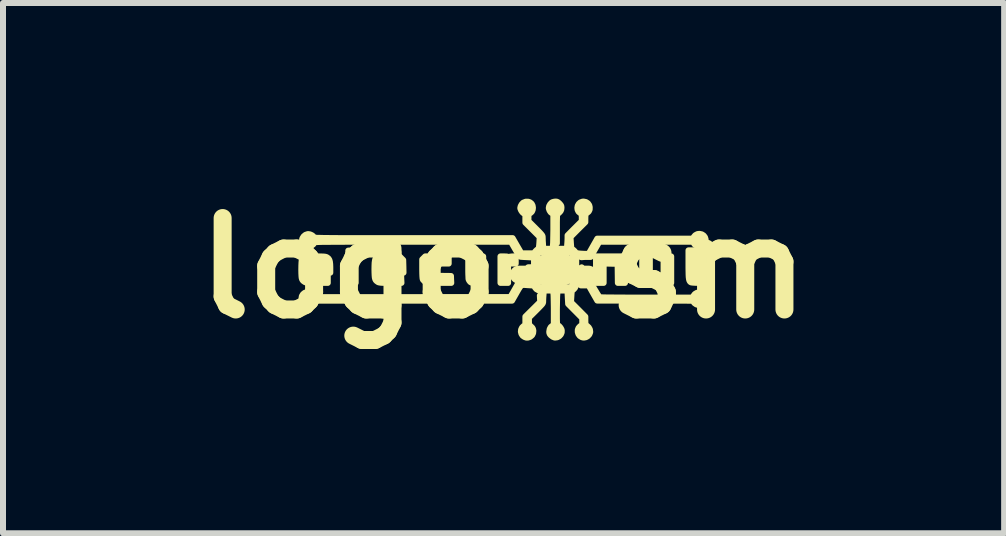
<source format=kicad_pcb>
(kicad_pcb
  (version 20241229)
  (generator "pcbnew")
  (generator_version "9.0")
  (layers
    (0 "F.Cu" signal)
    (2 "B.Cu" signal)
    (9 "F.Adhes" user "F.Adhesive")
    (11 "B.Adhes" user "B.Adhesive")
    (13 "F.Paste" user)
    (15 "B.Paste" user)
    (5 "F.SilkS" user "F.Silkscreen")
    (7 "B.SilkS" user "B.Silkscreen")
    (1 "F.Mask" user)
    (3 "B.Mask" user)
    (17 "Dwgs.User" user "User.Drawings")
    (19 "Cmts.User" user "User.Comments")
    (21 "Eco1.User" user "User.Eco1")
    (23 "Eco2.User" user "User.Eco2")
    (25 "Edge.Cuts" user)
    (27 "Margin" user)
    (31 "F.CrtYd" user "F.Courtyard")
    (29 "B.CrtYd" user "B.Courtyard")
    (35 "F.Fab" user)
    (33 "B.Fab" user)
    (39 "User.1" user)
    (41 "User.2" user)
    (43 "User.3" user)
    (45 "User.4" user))
  (footprint "logo-sm"
    (layer "F.Cu")
    (at 5.341 1.418)
    (property "Reference" "logo-sm" (at 0 0 0) (layer "F.SilkS") (effects (font (size 1.524 1.524) (thickness 0.3))))
    (attr through_hole)
    (fp_poly (pts (xy 0.423 0.047) (xy 0.419 0.051) (xy 0.415 0.047) (xy 0.419 0.042) (xy 0.423 0.047)) (stroke (width 0.1) (type solid)) (fill yes) (layer "F.SilkS"))
    (fp_poly (pts (xy -2.464 0.246) (xy -2.527 0.246) (xy -2.591 0.246) (xy -2.589 -0.023) (xy -2.587 -0.292) (xy -2.525 -0.295) (xy -2.464 -0.297) (xy -2.464 -0.026) (xy -2.464 0.246)) (stroke (width 0.1) (type solid)) (fill yes) (layer "F.SilkS"))
    (fp_poly (pts (xy 2.024 0.246) (xy 1.965 0.246) (xy 1.905 0.246) (xy 1.903 0.087) (xy 1.901 -0.072) (xy 1.784 -0.074) (xy 1.668 -0.077) (xy 1.668 0.084) (xy 1.668 0.246) (xy 1.604 0.246) (xy 1.541 0.246) (xy 1.541 0.025) (xy 1.541 -0.195) (xy 1.756 -0.195) (xy 1.972 -0.195) (xy 1.996 -0.174) (xy 2.019 -0.154) (xy 2.022 0.046) (xy 2.024 0.246)) (stroke (width 0.1) (type solid)) (fill yes) (layer "F.SilkS"))
    (fp_poly (pts (xy 0.203 -0.076) (xy 0.14 -0.076) (xy 0.076 -0.076) (xy 0.076 0.085) (xy 0.076 0.246) (xy 0.013 0.246) (xy -0.051 0.246) (xy -0.051 0.025) (xy -0.051 -0.195) (xy 0.013 -0.195) (xy 0.046 -0.194) (xy 0.068 -0.191) (xy 0.076 -0.186) (xy 0.076 -0.186) (xy 0.081 -0.182) (xy 0.093 -0.186) (xy 0.11 -0.191) (xy 0.137 -0.194) (xy 0.156 -0.195) (xy 0.203 -0.195) (xy 0.203 -0.135) (xy 0.203 -0.076)) (stroke (width 0.1) (type solid)) (fill yes) (layer "F.SilkS"))
    (fp_poly (pts (xy -0.871 0.246) (xy -1.073 0.245) (xy -1.13 0.245) (xy -1.182 0.244) (xy -1.226 0.243) (xy -1.26 0.241) (xy -1.282 0.24) (xy -1.287 0.239) (xy -1.318 0.219) (xy -1.342 0.194) (xy -1.345 0.189) (xy -1.349 0.172) (xy -1.352 0.138) (xy -1.354 0.089) (xy -1.355 0.024) (xy -1.355 0.013) (xy -1.355 -0.145) (xy -1.33 -0.17) (xy -1.305 -0.195) (xy -1.11 -0.195) (xy -0.914 -0.195) (xy -0.914 -0.135) (xy -0.914 -0.076) (xy -1.071 -0.076) (xy -1.228 -0.076) (xy -1.228 0.025) (xy -1.228 0.127) (xy -1.052 0.129) (xy -0.876 0.131) (xy -0.874 0.188) (xy -0.871 0.246)) (stroke (width 0.1) (type solid)) (fill yes) (layer "F.SilkS"))
    (fp_poly (pts (xy 3.327 0.246) (xy 3.232 0.245) (xy 3.192 0.244) (xy 3.158 0.242) (xy 3.132 0.239) (xy 3.121 0.236) (xy 3.11 0.228) (xy 3.102 0.217) (xy 3.095 0.202) (xy 3.09 0.18) (xy 3.086 0.149) (xy 3.084 0.109) (xy 3.083 0.056) (xy 3.082 -0.011) (xy 3.082 -0.063) (xy 3.082 -0.296) (xy 3.145 -0.296) (xy 3.209 -0.296) (xy 3.209 -0.246) (xy 3.209 -0.195) (xy 3.268 -0.195) (xy 3.327 -0.195) (xy 3.327 -0.135) (xy 3.327 -0.076) (xy 3.268 -0.076) (xy 3.209 -0.076) (xy 3.209 0.025) (xy 3.209 0.127) (xy 3.268 0.127) (xy 3.327 0.127) (xy 3.327 0.186) (xy 3.327 0.246)) (stroke (width 0.1) (type solid)) (fill yes) (layer "F.SilkS"))
    (fp_poly (pts (xy -0.338 0.246) (xy -0.438 0.246) (xy -0.482 0.245) (xy -0.512 0.244) (xy -0.532 0.241) (xy -0.545 0.237) (xy -0.555 0.23) (xy -0.557 0.228) (xy -0.573 0.207) (xy -0.582 0.188) (xy -0.584 0.174) (xy -0.585 0.145) (xy -0.587 0.104) (xy -0.588 0.054) (xy -0.588 -0.004) (xy -0.588 -0.064) (xy -0.588 -0.292) (xy -0.527 -0.295) (xy -0.467 -0.297) (xy -0.464 -0.248) (xy -0.461 -0.199) (xy -0.4 -0.196) (xy -0.339 -0.194) (xy -0.339 -0.135) (xy -0.339 -0.077) (xy -0.4 -0.074) (xy -0.461 -0.072) (xy -0.464 0.027) (xy -0.466 0.126) (xy -0.405 0.129) (xy -0.343 0.131) (xy -0.34 0.188) (xy -0.338 0.246)) (stroke (width 0.1) (type solid)) (fill yes) (layer "F.SilkS"))
    (fp_poly (pts (xy 2.794 0.246) (xy 2.731 0.246) (xy 2.693 0.244) (xy 2.671 0.24) (xy 2.665 0.235) (xy 2.659 0.229) (xy 2.649 0.235) (xy 2.639 0.239) (xy 2.616 0.243) (xy 2.58 0.244) (xy 2.53 0.245) (xy 2.5 0.246) (xy 2.448 0.245) (xy 2.411 0.245) (xy 2.386 0.244) (xy 2.368 0.241) (xy 2.357 0.237) (xy 2.349 0.232) (xy 2.342 0.224) (xy 2.332 0.213) (xy 2.325 0.2) (xy 2.32 0.183) (xy 2.316 0.161) (xy 2.314 0.13) (xy 2.312 0.089) (xy 2.312 0.035) (xy 2.311 -0.022) (xy 2.311 -0.195) (xy 2.375 -0.195) (xy 2.438 -0.195) (xy 2.438 -0.034) (xy 2.438 0.127) (xy 2.553 0.127) (xy 2.667 0.127) (xy 2.667 -0.034) (xy 2.667 -0.195) (xy 2.731 -0.195) (xy 2.794 -0.195) (xy 2.794 0.025) (xy 2.794 0.246)) (stroke (width 0.1) (type solid)) (fill yes) (layer "F.SilkS"))
    (fp_poly (pts (xy 1.1 -0.003) (xy 1.099 0.042) (xy 1.098 0.1) (xy 1.094 0.146) (xy 1.087 0.181) (xy 1.075 0.206) (xy 1.056 0.224) (xy 1.027 0.236) (xy 0.988 0.242) (xy 0.974 0.243) (xy 0.974 0.127) (xy 0.974 0.025) (xy 0.974 -0.077) (xy 0.857 -0.074) (xy 0.741 -0.072) (xy 0.738 0.028) (xy 0.735 0.127) (xy 0.854 0.127) (xy 0.974 0.127) (xy 0.974 0.243) (xy 0.936 0.245) (xy 0.869 0.245) (xy 0.841 0.245) (xy 0.785 0.244) (xy 0.735 0.243) (xy 0.695 0.241) (xy 0.668 0.238) (xy 0.655 0.236) (xy 0.643 0.228) (xy 0.633 0.216) (xy 0.627 0.198) (xy 0.622 0.172) (xy 0.62 0.136) (xy 0.618 0.087) (xy 0.618 0.033) (xy 0.618 -0.032) (xy 0.62 -0.083) (xy 0.625 -0.122) (xy 0.634 -0.151) (xy 0.651 -0.171) (xy 0.676 -0.184) (xy 0.712 -0.191) (xy 0.76 -0.194) (xy 0.821 -0.195) (xy 0.872 -0.195) (xy 0.931 -0.195) (xy 0.976 -0.194) (xy 1.009 -0.193) (xy 1.032 -0.192) (xy 1.047 -0.189) (xy 1.057 -0.185) (xy 1.064 -0.18) (xy 1.066 -0.178) (xy 1.079 -0.161) (xy 1.089 -0.137) (xy 1.095 -0.104) (xy 1.099 -0.06) (xy 1.1 -0.003)) (stroke (width 0.1) (type solid)) (fill yes) (layer "F.SilkS"))
    (fp_poly (pts (xy -1.667 0.076) (xy -1.795 0.076) (xy -1.795 -0.059) (xy -1.795 -0.059) (xy -1.796 -0.066) (xy -1.8 -0.071) (xy -1.811 -0.074) (xy -1.831 -0.075) (xy -1.862 -0.076) (xy -1.907 -0.076) (xy -1.909 -0.076) (xy -1.955 -0.076) (xy -1.987 -0.075) (xy -2.007 -0.074) (xy -2.018 -0.071) (xy -2.023 -0.066) (xy -2.024 -0.06) (xy -2.024 -0.059) (xy -2.023 -0.052) (xy -2.018 -0.048) (xy -2.007 -0.045) (xy -1.988 -0.043) (xy -1.957 -0.042) (xy -1.911 -0.042) (xy -1.909 -0.042) (xy -1.863 -0.042) (xy -1.832 -0.043) (xy -1.812 -0.045) (xy -1.801 -0.048) (xy -1.796 -0.052) (xy -1.795 -0.059) (xy -1.795 0.076) (xy -1.845 0.076) (xy -2.024 0.076) (xy -2.024 0.101) (xy -2.024 0.127) (xy -1.865 0.129) (xy -1.706 0.131) (xy -1.704 0.188) (xy -1.701 0.246) (xy -1.886 0.246) (xy -1.947 0.245) (xy -1.994 0.245) (xy -2.028 0.244) (xy -2.053 0.242) (xy -2.071 0.239) (xy -2.084 0.236) (xy -2.094 0.231) (xy -2.097 0.229) (xy -2.115 0.216) (xy -2.129 0.202) (xy -2.138 0.184) (xy -2.145 0.158) (xy -2.148 0.123) (xy -2.15 0.077) (xy -2.151 0.021) (xy -2.15 -0.042) (xy -2.148 -0.089) (xy -2.143 -0.125) (xy -2.137 -0.15) (xy -2.127 -0.168) (xy -2.113 -0.181) (xy -2.105 -0.186) (xy -2.092 -0.189) (xy -2.067 -0.192) (xy -2.029 -0.193) (xy -1.977 -0.194) (xy -1.909 -0.193) (xy -1.907 -0.193) (xy -1.727 -0.191) (xy -1.7 -0.163) (xy -1.672 -0.135) (xy -1.669 -0.029) (xy -1.667 0.076)) (stroke (width 0.1) (type solid)) (fill yes) (layer "F.SilkS"))
    (fp_poly (pts (xy -2.887 0.076) (xy -3.014 0.076) (xy -3.014 -0.059) (xy -3.015 -0.066) (xy -3.02 -0.071) (xy -3.03 -0.074) (xy -3.05 -0.075) (xy -3.081 -0.076) (xy -3.126 -0.076) (xy -3.128 -0.076) (xy -3.174 -0.076) (xy -3.206 -0.075) (xy -3.226 -0.074) (xy -3.237 -0.071) (xy -3.242 -0.066) (xy -3.243 -0.06) (xy -3.243 -0.059) (xy -3.242 -0.052) (xy -3.237 -0.048) (xy -3.227 -0.045) (xy -3.207 -0.043) (xy -3.176 -0.042) (xy -3.131 -0.042) (xy -3.128 -0.042) (xy -3.083 -0.042) (xy -3.051 -0.043) (xy -3.031 -0.045) (xy -3.02 -0.048) (xy -3.015 -0.052) (xy -3.014 -0.059) (xy -3.014 -0.059) (xy -3.014 0.076) (xy -3.065 0.076) (xy -3.243 0.076) (xy -3.243 0.102) (xy -3.243 0.127) (xy -3.086 0.127) (xy -2.929 0.127) (xy -2.929 0.186) (xy -2.929 0.246) (xy -3.11 0.246) (xy -3.17 0.245) (xy -3.216 0.245) (xy -3.249 0.244) (xy -3.273 0.243) (xy -3.29 0.24) (xy -3.302 0.236) (xy -3.313 0.231) (xy -3.32 0.226) (xy -3.337 0.214) (xy -3.349 0.201) (xy -3.358 0.184) (xy -3.364 0.162) (xy -3.367 0.131) (xy -3.369 0.089) (xy -3.37 0.033) (xy -3.37 0.019) (xy -3.369 -0.043) (xy -3.367 -0.091) (xy -3.364 -0.126) (xy -3.358 -0.151) (xy -3.349 -0.168) (xy -3.337 -0.18) (xy -3.328 -0.186) (xy -3.314 -0.189) (xy -3.285 -0.191) (xy -3.244 -0.193) (xy -3.192 -0.194) (xy -3.14 -0.195) (xy -3.081 -0.195) (xy -3.036 -0.194) (xy -3.004 -0.193) (xy -2.98 -0.191) (xy -2.964 -0.188) (xy -2.951 -0.184) (xy -2.94 -0.178) (xy -2.94 -0.178) (xy -2.918 -0.161) (xy -2.903 -0.138) (xy -2.894 -0.108) (xy -2.889 -0.066) (xy -2.887 -0.013) (xy -2.887 0.076)) (stroke (width 0.1) (type solid)) (fill yes) (layer "F.SilkS"))
    (fp_poly (pts (xy 3.367 -0.481) (xy 3.365 -0.445) (xy 3.348 -0.41) (xy 3.332 -0.392) (xy 3.309 -0.374) (xy 3.309 -0.477) (xy 3.3 -0.5) (xy 3.297 -0.503) (xy 3.275 -0.515) (xy 3.249 -0.515) (xy 3.227 -0.503) (xy 3.222 -0.498) (xy 3.21 -0.471) (xy 3.214 -0.447) (xy 3.226 -0.432) (xy 3.251 -0.417) (xy 3.277 -0.418) (xy 3.295 -0.429) (xy 3.308 -0.45) (xy 3.309 -0.477) (xy 3.309 -0.374) (xy 3.309 -0.373) (xy 3.286 -0.365) (xy 3.264 -0.364) (xy 3.221 -0.371) (xy 3.188 -0.391) (xy 3.17 -0.416) (xy 3.158 -0.44) (xy 2.377 -0.44) (xy 1.596 -0.44) (xy 1.524 -0.314) (xy 1.452 -0.187) (xy 1.383 -0.187) (xy 1.349 -0.186) (xy 1.321 -0.184) (xy 1.304 -0.182) (xy 1.302 -0.182) (xy 1.294 -0.183) (xy 1.293 -0.195) (xy 1.294 -0.207) (xy 1.297 -0.237) (xy 1.254 -0.237) (xy 1.211 -0.237) (xy 1.211 -0.093) (xy 1.211 0.051) (xy 1.253 0.051) (xy 1.294 0.051) (xy 1.298 0.019) (xy 1.302 -0.013) (xy 1.301 0.021) (xy 1.3 0.055) (xy 1.255 0.058) (xy 1.211 0.06) (xy 1.211 0.139) (xy 1.211 0.218) (xy 1.276 0.223) (xy 1.317 0.226) (xy 1.36 0.228) (xy 1.393 0.229) (xy 1.446 0.229) (xy 1.519 0.355) (xy 1.544 0.396) (xy 1.566 0.433) (xy 1.585 0.462) (xy 1.599 0.48) (xy 1.605 0.486) (xy 1.615 0.487) (xy 1.641 0.487) (xy 1.682 0.488) (xy 1.736 0.489) (xy 1.801 0.489) (xy 1.878 0.49) (xy 1.964 0.49) (xy 2.059 0.491) (xy 2.161 0.491) (xy 2.268 0.491) (xy 2.381 0.491) (xy 2.384 0.491) (xy 3.149 0.491) (xy 3.162 0.466) (xy 3.188 0.432) (xy 3.221 0.412) (xy 3.253 0.406) (xy 3.296 0.413) (xy 3.33 0.433) (xy 3.352 0.465) (xy 3.361 0.508) (xy 3.361 0.517) (xy 3.358 0.543) (xy 3.348 0.564) (xy 3.333 0.58) (xy 3.31 0.599) (xy 3.308 0.6) (xy 3.308 0.511) (xy 3.304 0.487) (xy 3.289 0.469) (xy 3.267 0.46) (xy 3.242 0.463) (xy 3.231 0.469) (xy 3.213 0.489) (xy 3.209 0.517) (xy 3.218 0.542) (xy 3.233 0.556) (xy 3.256 0.56) (xy 3.28 0.553) (xy 3.298 0.538) (xy 3.299 0.537) (xy 3.308 0.511) (xy 3.308 0.6) (xy 3.288 0.612) (xy 3.281 0.615) (xy 3.247 0.615) (xy 3.212 0.604) (xy 3.182 0.583) (xy 3.171 0.57) (xy 3.154 0.543) (xy 2.358 0.542) (xy 1.562 0.541) (xy 1.49 0.415) (xy 1.418 0.288) (xy 1.354 0.288) (xy 1.29 0.288) (xy 1.294 0.258) (xy 1.297 0.229) (xy 1.254 0.229) (xy 1.211 0.229) (xy 1.211 0.259) (xy 1.205 0.297) (xy 1.189 0.331) (xy 1.167 0.355) (xy 1.16 0.36) (xy 1.151 0.365) (xy 1.151 0.027) (xy 1.151 -0.048) (xy 1.151 -0.108) (xy 1.15 -0.155) (xy 1.149 -0.19) (xy 1.148 -0.216) (xy 1.146 -0.234) (xy 1.143 -0.245) (xy 1.14 -0.253) (xy 1.137 -0.255) (xy 1.133 -0.26) (xy 1.125 -0.263) (xy 1.118 -0.265) (xy 1.118 -0.368) (xy 1.118 -0.368) (xy 1.117 -0.395) (xy 1.114 -0.409) (xy 1.107 -0.414) (xy 1.093 -0.415) (xy 1.092 -0.415) (xy 1.078 -0.414) (xy 1.07 -0.409) (xy 1.067 -0.395) (xy 1.067 -0.369) (xy 1.067 -0.368) (xy 1.067 -0.342) (xy 1.07 -0.328) (xy 1.077 -0.323) (xy 1.092 -0.322) (xy 1.092 -0.322) (xy 1.107 -0.323) (xy 1.114 -0.328) (xy 1.117 -0.341) (xy 1.118 -0.368) (xy 1.118 -0.265) (xy 1.114 -0.266) (xy 1.096 -0.268) (xy 1.071 -0.269) (xy 1.035 -0.27) (xy 0.989 -0.271) (xy 0.928 -0.271) (xy 0.861 -0.271) (xy 0.786 -0.271) (xy 0.727 -0.271) (xy 0.681 -0.27) (xy 0.652 -0.269) (xy 0.652 -0.368) (xy 0.652 -0.368) (xy 0.652 -0.395) (xy 0.649 -0.409) (xy 0.641 -0.414) (xy 0.627 -0.415) (xy 0.627 -0.415) (xy 0.612 -0.414) (xy 0.604 -0.409) (xy 0.602 -0.395) (xy 0.601 -0.369) (xy 0.601 -0.368) (xy 0.602 -0.342) (xy 0.604 -0.328) (xy 0.612 -0.323) (xy 0.626 -0.322) (xy 0.627 -0.322) (xy 0.641 -0.323) (xy 0.649 -0.328) (xy 0.651 -0.341) (xy 0.652 -0.368) (xy 0.652 -0.269) (xy 0.646 -0.269) (xy 0.621 -0.267) (xy 0.604 -0.265) (xy 0.592 -0.262) (xy 0.585 -0.259) (xy 0.583 -0.257) (xy 0.578 -0.252) (xy 0.575 -0.245) (xy 0.572 -0.233) (xy 0.57 -0.216) (xy 0.569 -0.191) (xy 0.568 -0.156) (xy 0.568 -0.109) (xy 0.567 -0.049) (xy 0.567 0.024) (xy 0.567 0.099) (xy 0.568 0.159) (xy 0.568 0.206) (xy 0.569 0.241) (xy 0.571 0.267) (xy 0.573 0.285) (xy 0.576 0.296) (xy 0.579 0.304) (xy 0.581 0.306) (xy 0.586 0.311) (xy 0.594 0.314) (xy 0.605 0.317) (xy 0.623 0.319) (xy 0.648 0.32) (xy 0.683 0.321) (xy 0.73 0.321) (xy 0.79 0.322) (xy 0.858 0.322) (xy 0.932 0.322) (xy 0.992 0.321) (xy 1.038 0.321) (xy 1.073 0.32) (xy 1.098 0.318) (xy 1.115 0.316) (xy 1.127 0.313) (xy 1.134 0.31) (xy 1.136 0.308) (xy 1.14 0.303) (xy 1.144 0.296) (xy 1.146 0.284) (xy 1.148 0.267) (xy 1.15 0.241) (xy 1.151 0.206) (xy 1.151 0.16) (xy 1.151 0.1) (xy 1.151 0.027) (xy 1.151 0.365) (xy 1.15 0.366) (xy 1.143 0.373) (xy 1.138 0.385) (xy 1.135 0.405) (xy 1.132 0.437) (xy 1.13 0.471) (xy 1.126 0.535) (xy 1.126 0.415) (xy 1.126 0.39) (xy 1.122 0.377) (xy 1.113 0.373) (xy 1.101 0.373) (xy 1.086 0.373) (xy 1.078 0.379) (xy 1.076 0.394) (xy 1.075 0.415) (xy 1.076 0.44) (xy 1.079 0.452) (xy 1.088 0.457) (xy 1.101 0.457) (xy 1.116 0.456) (xy 1.123 0.451) (xy 1.126 0.436) (xy 1.126 0.415) (xy 1.126 0.535) (xy 1.124 0.569) (xy 1.244 0.689) (xy 1.363 0.809) (xy 1.363 0.876) (xy 1.364 0.91) (xy 1.366 0.931) (xy 1.37 0.944) (xy 1.379 0.953) (xy 1.391 0.961) (xy 1.42 0.988) (xy 1.439 1.022) (xy 1.444 1.06) (xy 1.443 1.071) (xy 1.429 1.106) (xy 1.403 1.134) (xy 1.388 1.143) (xy 1.388 1.042) (xy 1.38 1.021) (xy 1.375 1.016) (xy 1.351 1.004) (xy 1.325 1.006) (xy 1.303 1.018) (xy 1.289 1.039) (xy 1.287 1.053) (xy 1.294 1.076) (xy 1.312 1.093) (xy 1.336 1.1) (xy 1.361 1.097) (xy 1.375 1.087) (xy 1.386 1.067) (xy 1.388 1.042) (xy 1.388 1.143) (xy 1.37 1.152) (xy 1.334 1.158) (xy 1.304 1.151) (xy 1.27 1.13) (xy 1.248 1.1) (xy 1.237 1.065) (xy 1.237 1.029) (xy 1.25 0.996) (xy 1.275 0.969) (xy 1.288 0.96) (xy 1.301 0.953) (xy 1.308 0.943) (xy 1.312 0.927) (xy 1.312 0.899) (xy 1.312 0.891) (xy 1.312 0.834) (xy 1.195 0.716) (xy 1.077 0.597) (xy 1.072 0.512) (xy 1.07 0.473) (xy 1.068 0.437) (xy 1.067 0.409) (xy 1.067 0.4) (xy 1.067 0.373) (xy 0.983 0.373) (xy 0.9 0.373) (xy 0.895 0.442) (xy 0.893 0.471) (xy 0.892 0.512) (xy 0.891 0.565) (xy 0.89 0.624) (xy 0.889 0.687) (xy 0.889 0.73) (xy 0.889 0.796) (xy 0.889 0.847) (xy 0.89 0.886) (xy 0.891 0.913) (xy 0.893 0.931) (xy 0.895 0.942) (xy 0.899 0.949) (xy 0.903 0.952) (xy 0.906 0.952) (xy 0.927 0.966) (xy 0.949 0.991) (xy 0.965 1.019) (xy 0.97 1.037) (xy 0.969 1.073) (xy 0.954 1.107) (xy 0.929 1.134) (xy 0.913 1.143) (xy 0.913 1.065) (xy 0.912 1.04) (xy 0.901 1.018) (xy 0.889 1.009) (xy 0.889 0.415) (xy 0.888 0.39) (xy 0.885 0.377) (xy 0.876 0.373) (xy 0.864 0.373) (xy 0.849 0.373) (xy 0.841 0.379) (xy 0.838 0.394) (xy 0.838 0.415) (xy 0.839 0.44) (xy 0.842 0.452) (xy 0.851 0.457) (xy 0.864 0.457) (xy 0.879 0.456) (xy 0.886 0.451) (xy 0.889 0.436) (xy 0.889 0.415) (xy 0.889 1.009) (xy 0.88 1.003) (xy 0.862 0.999) (xy 0.842 1.006) (xy 0.824 1.024) (xy 0.814 1.045) (xy 0.813 1.051) (xy 0.82 1.076) (xy 0.838 1.093) (xy 0.862 1.1) (xy 0.887 1.097) (xy 0.901 1.087) (xy 0.913 1.065) (xy 0.913 1.143) (xy 0.897 1.152) (xy 0.861 1.157) (xy 0.849 1.156) (xy 0.82 1.144) (xy 0.792 1.123) (xy 0.79 1.122) (xy 0.771 1.1) (xy 0.763 1.078) (xy 0.762 1.059) (xy 0.769 1.016) (xy 0.787 0.982) (xy 0.813 0.961) (xy 0.838 0.948) (xy 0.838 0.73) (xy 0.838 0.666) (xy 0.837 0.604) (xy 0.836 0.547) (xy 0.835 0.498) (xy 0.834 0.46) (xy 0.833 0.442) (xy 0.827 0.373) (xy 0.749 0.373) (xy 0.671 0.373) (xy 0.666 0.442) (xy 0.663 0.481) (xy 0.661 0.519) (xy 0.66 0.548) (xy 0.66 0.55) (xy 0.66 0.564) (xy 0.658 0.575) (xy 0.653 0.588) (xy 0.643 0.602) (xy 0.626 0.621) (xy 0.602 0.646) (xy 0.568 0.681) (xy 0.542 0.707) (xy 0.423 0.825) (xy 0.423 0.884) (xy 0.424 0.915) (xy 0.427 0.934) (xy 0.434 0.949) (xy 0.448 0.964) (xy 0.458 0.973) (xy 0.48 0.994) (xy 0.491 1.015) (xy 0.496 1.04) (xy 0.497 1.041) (xy 0.493 1.083) (xy 0.476 1.118) (xy 0.446 1.143) (xy 0.446 1.143) (xy 0.446 1.053) (xy 0.442 1.038) (xy 0.437 1.029) (xy 0.416 1.008) (xy 0.391 1.002) (xy 0.369 1.011) (xy 0.347 1.032) (xy 0.342 1.057) (xy 0.351 1.08) (xy 0.364 1.095) (xy 0.382 1.1) (xy 0.396 1.099) (xy 0.42 1.094) (xy 0.435 1.081) (xy 0.439 1.073) (xy 0.446 1.053) (xy 0.446 1.143) (xy 0.436 1.148) (xy 0.405 1.158) (xy 0.379 1.158) (xy 0.349 1.147) (xy 0.318 1.126) (xy 0.298 1.095) (xy 0.289 1.06) (xy 0.293 1.023) (xy 0.309 0.99) (xy 0.337 0.963) (xy 0.34 0.962) (xy 0.352 0.954) (xy 0.359 0.945) (xy 0.363 0.93) (xy 0.364 0.907) (xy 0.364 0.878) (xy 0.364 0.808) (xy 0.487 0.686) (xy 0.611 0.563) (xy 0.608 0.51) (xy 0.605 0.457) (xy 0.633 0.457) (xy 0.649 0.456) (xy 0.657 0.451) (xy 0.66 0.437) (xy 0.66 0.415) (xy 0.66 0.372) (xy 0.624 0.374) (xy 0.581 0.369) (xy 0.547 0.35) (xy 0.523 0.321) (xy 0.522 0.319) (xy 0.508 0.29) (xy 0.508 0.29) (xy 0.508 0.254) (xy 0.508 0.254) (xy 0.507 0.239) (xy 0.502 0.232) (xy 0.488 0.229) (xy 0.462 0.229) (xy 0.461 0.229) (xy 0.435 0.229) (xy 0.421 0.232) (xy 0.416 0.239) (xy 0.415 0.254) (xy 0.415 0.254) (xy 0.416 0.269) (xy 0.421 0.276) (xy 0.434 0.279) (xy 0.461 0.279) (xy 0.461 0.279) (xy 0.488 0.279) (xy 0.502 0.276) (xy 0.507 0.269) (xy 0.508 0.254) (xy 0.508 0.29) (xy 0.405 0.284) (xy 0.368 0.281) (xy 0.34 0.28) (xy 0.318 0.281) (xy 0.301 0.287) (xy 0.286 0.299) (xy 0.271 0.32) (xy 0.252 0.349) (xy 0.228 0.391) (xy 0.208 0.426) (xy 0.142 0.542) (xy -1.508 0.542) (xy -3.158 0.542) (xy -3.187 0.574) (xy -3.207 0.593) (xy -3.211 0.595) (xy -3.211 0.514) (xy -3.212 0.488) (xy -3.226 0.466) (xy -3.249 0.451) (xy -3.272 0.451) (xy -3.292 0.461) (xy -3.306 0.481) (xy -3.31 0.506) (xy -3.302 0.534) (xy -3.302 0.534) (xy -3.287 0.546) (xy -3.263 0.55) (xy -3.239 0.545) (xy -3.224 0.536) (xy -3.211 0.514) (xy -3.211 0.595) (xy -3.224 0.602) (xy -3.247 0.605) (xy -3.257 0.605) (xy -3.301 0.599) (xy -3.334 0.58) (xy -3.357 0.547) (xy -3.358 0.544) (xy -3.367 0.505) (xy -3.361 0.467) (xy -3.342 0.435) (xy -3.312 0.411) (xy -3.276 0.4) (xy -3.232 0.402) (xy -3.197 0.418) (xy -3.172 0.447) (xy -3.169 0.453) (xy -3.155 0.483) (xy -1.52 0.483) (xy 0.114 0.482) (xy 0.186 0.356) (xy 0.258 0.229) (xy 0.313 0.229) (xy 0.35 0.228) (xy 0.394 0.226) (xy 0.437 0.223) (xy 0.438 0.223) (xy 0.508 0.218) (xy 0.508 0.105) (xy 0.508 -0.008) (xy 0.459 -0.011) (xy 0.411 -0.014) (xy 0.459 -0.015) (xy 0.508 -0.017) (xy 0.508 -0.097) (xy 0.508 -0.176) (xy 0.508 -0.212) (xy 0.507 -0.227) (xy 0.501 -0.234) (xy 0.487 -0.237) (xy 0.466 -0.237) (xy 0.441 -0.237) (xy 0.428 -0.233) (xy 0.424 -0.224) (xy 0.423 -0.212) (xy 0.424 -0.197) (xy 0.43 -0.189) (xy 0.445 -0.187) (xy 0.466 -0.186) (xy 0.491 -0.187) (xy 0.503 -0.19) (xy 0.508 -0.199) (xy 0.508 -0.212) (xy 0.508 -0.176) (xy 0.409 -0.182) (xy 0.367 -0.184) (xy 0.33 -0.186) (xy 0.302 -0.188) (xy 0.288 -0.189) (xy 0.279 -0.191) (xy 0.269 -0.199) (xy 0.256 -0.215) (xy 0.24 -0.239) (xy 0.219 -0.275) (xy 0.195 -0.315) (xy 0.123 -0.44) (xy -1.513 -0.44) (xy -1.708 -0.44) (xy -1.888 -0.44) (xy -2.052 -0.44) (xy -2.201 -0.44) (xy -2.336 -0.44) (xy -2.457 -0.44) (xy -2.566 -0.44) (xy -2.663 -0.439) (xy -2.748 -0.439) (xy -2.823 -0.439) (xy -2.888 -0.438) (xy -2.944 -0.438) (xy -2.992 -0.437) (xy -3.031 -0.437) (xy -3.064 -0.436) (xy -3.09 -0.435) (xy -3.11 -0.434) (xy -3.126 -0.433) (xy -3.137 -0.432) (xy -3.145 -0.43) (xy -3.149 -0.429) (xy -3.152 -0.427) (xy -3.153 -0.425) (xy -3.153 -0.425) (xy -3.169 -0.398) (xy -3.197 -0.376) (xy -3.202 -0.373) (xy -3.202 -0.455) (xy -3.207 -0.479) (xy -3.227 -0.502) (xy -3.228 -0.503) (xy -3.246 -0.514) (xy -3.259 -0.515) (xy -3.275 -0.508) (xy -3.291 -0.495) (xy -3.297 -0.478) (xy -3.298 -0.461) (xy -3.295 -0.437) (xy -3.286 -0.423) (xy -3.278 -0.418) (xy -3.249 -0.412) (xy -3.223 -0.422) (xy -3.213 -0.432) (xy -3.202 -0.455) (xy -3.202 -0.373) (xy -3.23 -0.361) (xy -3.244 -0.358) (xy -3.283 -0.361) (xy -3.317 -0.378) (xy -3.342 -0.405) (xy -3.356 -0.439) (xy -3.357 -0.476) (xy -3.352 -0.496) (xy -3.331 -0.529) (xy -3.301 -0.554) (xy -3.265 -0.566) (xy -3.253 -0.567) (xy -3.224 -0.562) (xy -3.195 -0.549) (xy -3.172 -0.532) (xy -3.162 -0.516) (xy -3.161 -0.514) (xy -3.16 -0.512) (xy -3.156 -0.511) (xy -3.151 -0.509) (xy -3.142 -0.508) (xy -3.13 -0.507) (xy -3.113 -0.505) (xy -3.092 -0.504) (xy -3.064 -0.504) (xy -3.03 -0.503) (xy -2.989 -0.502) (xy -2.94 -0.502) (xy -2.882 -0.501) (xy -2.815 -0.501) (xy -2.738 -0.5) (xy -2.651 -0.5) (xy -2.552 -0.5) (xy -2.441 -0.5) (xy -2.317 -0.5) (xy -2.179 -0.5) (xy -2.028 -0.5) (xy -1.861 -0.5) (xy -1.679 -0.5) (xy -1.503 -0.5) (xy 0.151 -0.5) (xy 0.224 -0.373) (xy 0.298 -0.246) (xy 0.407 -0.246) (xy 0.453 -0.246) (xy 0.485 -0.247) (xy 0.505 -0.249) (xy 0.514 -0.253) (xy 0.516 -0.257) (xy 0.522 -0.269) (xy 0.537 -0.286) (xy 0.556 -0.304) (xy 0.573 -0.317) (xy 0.583 -0.322) (xy 0.587 -0.33) (xy 0.59 -0.351) (xy 0.594 -0.383) (xy 0.597 -0.42) (xy 0.603 -0.519) (xy 0.484 -0.638) (xy 0.364 -0.758) (xy 0.364 -0.827) (xy 0.364 -0.896) (xy 0.336 -0.912) (xy 0.313 -0.932) (xy 0.293 -0.961) (xy 0.281 -0.99) (xy 0.279 -1.003) (xy 0.286 -1.033) (xy 0.303 -1.064) (xy 0.326 -1.088) (xy 0.332 -1.092) (xy 0.371 -1.107) (xy 0.413 -1.106) (xy 0.441 -1.096) (xy 0.468 -1.074) (xy 0.484 -1.043) (xy 0.49 -1.007) (xy 0.486 -0.972) (xy 0.472 -0.94) (xy 0.447 -0.917) (xy 0.438 -0.912) (xy 0.438 -0.912) (xy 0.438 -0.993) (xy 0.437 -1.019) (xy 0.423 -1.041) (xy 0.4 -1.056) (xy 0.377 -1.056) (xy 0.357 -1.046) (xy 0.344 -1.026) (xy 0.339 -1.001) (xy 0.347 -0.973) (xy 0.347 -0.973) (xy 0.363 -0.961) (xy 0.386 -0.957) (xy 0.41 -0.962) (xy 0.425 -0.971) (xy 0.438 -0.993) (xy 0.438 -0.912) (xy 0.426 -0.906) (xy 0.419 -0.897) (xy 0.416 -0.882) (xy 0.415 -0.856) (xy 0.415 -0.842) (xy 0.415 -0.783) (xy 0.533 -0.665) (xy 0.574 -0.624) (xy 0.604 -0.593) (xy 0.625 -0.57) (xy 0.639 -0.553) (xy 0.647 -0.54) (xy 0.651 -0.528) (xy 0.652 -0.516) (xy 0.652 -0.512) (xy 0.653 -0.487) (xy 0.654 -0.452) (xy 0.657 -0.412) (xy 0.657 -0.399) (xy 0.663 -0.322) (xy 0.741 -0.322) (xy 0.819 -0.322) (xy 0.824 -0.392) (xy 0.826 -0.42) (xy 0.827 -0.461) (xy 0.828 -0.514) (xy 0.829 -0.573) (xy 0.83 -0.636) (xy 0.83 -0.682) (xy 0.83 -0.903) (xy 0.809 -0.913) (xy 0.785 -0.931) (xy 0.766 -0.96) (xy 0.755 -0.992) (xy 0.754 -1.004) (xy 0.76 -1.034) (xy 0.777 -1.065) (xy 0.8 -1.09) (xy 0.813 -1.098) (xy 0.836 -1.105) (xy 0.864 -1.109) (xy 0.867 -1.109) (xy 0.889 -1.107) (xy 0.909 -1.097) (xy 0.932 -1.077) (xy 0.932 -1.076) (xy 0.952 -1.054) (xy 0.962 -1.036) (xy 0.965 -1.014) (xy 0.965 -1.005) (xy 0.962 -0.975) (xy 0.952 -0.952) (xy 0.939 -0.936) (xy 0.921 -0.918) (xy 0.914 -0.913) (xy 0.914 -1.003) (xy 0.908 -1.019) (xy 0.894 -1.037) (xy 0.876 -1.052) (xy 0.862 -1.058) (xy 0.842 -1.052) (xy 0.823 -1.037) (xy 0.811 -1.019) (xy 0.811 -1.018) (xy 0.811 -0.992) (xy 0.824 -0.968) (xy 0.84 -0.957) (xy 0.86 -0.95) (xy 0.874 -0.952) (xy 0.889 -0.964) (xy 0.894 -0.969) (xy 0.908 -0.987) (xy 0.914 -1.002) (xy 0.914 -1.003) (xy 0.914 -0.913) (xy 0.906 -0.907) (xy 0.901 -0.906) (xy 0.897 -0.904) (xy 0.895 -0.895) (xy 0.892 -0.879) (xy 0.891 -0.854) (xy 0.89 -0.818) (xy 0.889 -0.769) (xy 0.889 -0.707) (xy 0.889 -0.66) (xy 0.889 -0.415) (xy 0.859 -0.415) (xy 0.83 -0.415) (xy 0.83 -0.369) (xy 0.83 -0.323) (xy 0.943 -0.322) (xy 1.056 -0.322) (xy 1.061 -0.392) (xy 1.064 -0.431) (xy 1.066 -0.47) (xy 1.067 -0.501) (xy 1.067 -0.504) (xy 1.067 -0.546) (xy 1.185 -0.665) (xy 1.304 -0.783) (xy 1.304 -0.842) (xy 1.303 -0.874) (xy 1.301 -0.893) (xy 1.295 -0.904) (xy 1.284 -0.913) (xy 1.279 -0.916) (xy 1.25 -0.94) (xy 1.234 -0.972) (xy 1.23 -1.006) (xy 1.236 -1.04) (xy 1.253 -1.07) (xy 1.279 -1.094) (xy 1.314 -1.107) (xy 1.333 -1.109) (xy 1.373 -1.101) (xy 1.406 -1.08) (xy 1.428 -1.048) (xy 1.436 -1.016) (xy 1.435 -0.975) (xy 1.419 -0.943) (xy 1.391 -0.919) (xy 1.385 -0.915) (xy 1.385 -1.003) (xy 1.38 -1.026) (xy 1.365 -1.044) (xy 1.343 -1.054) (xy 1.319 -1.052) (xy 1.309 -1.047) (xy 1.287 -1.026) (xy 1.282 -1.001) (xy 1.291 -0.977) (xy 1.311 -0.96) (xy 1.336 -0.956) (xy 1.361 -0.963) (xy 1.377 -0.978) (xy 1.385 -1.003) (xy 1.385 -0.915) (xy 1.377 -0.91) (xy 1.369 -0.9) (xy 1.365 -0.886) (xy 1.364 -0.863) (xy 1.363 -0.834) (xy 1.363 -0.766) (xy 1.239 -0.643) (xy 1.116 -0.519) (xy 1.122 -0.42) (xy 1.125 -0.382) (xy 1.128 -0.35) (xy 1.132 -0.329) (xy 1.135 -0.322) (xy 1.147 -0.316) (xy 1.165 -0.302) (xy 1.183 -0.285) (xy 1.197 -0.269) (xy 1.202 -0.259) (xy 1.21 -0.253) (xy 1.232 -0.248) (xy 1.264 -0.243) (xy 1.304 -0.24) (xy 1.347 -0.238) (xy 1.38 -0.237) (xy 1.418 -0.237) (xy 1.49 -0.364) (xy 1.562 -0.491) (xy 2.358 -0.491) (xy 3.154 -0.491) (xy 3.168 -0.516) (xy 3.195 -0.548) (xy 3.231 -0.567) (xy 3.264 -0.571) (xy 3.304 -0.563) (xy 3.335 -0.543) (xy 3.357 -0.514) (xy 3.367 -0.481)) (stroke (width 0.1) (type solid)) (fill yes) (layer "F.SilkS")))
  (gr_rect
    (start -3 -3)
    (end 13.683 5.836)
    (stroke (width 0.1) (type default))
    (fill no)
    (layer "Edge.Cuts")))
</source>
